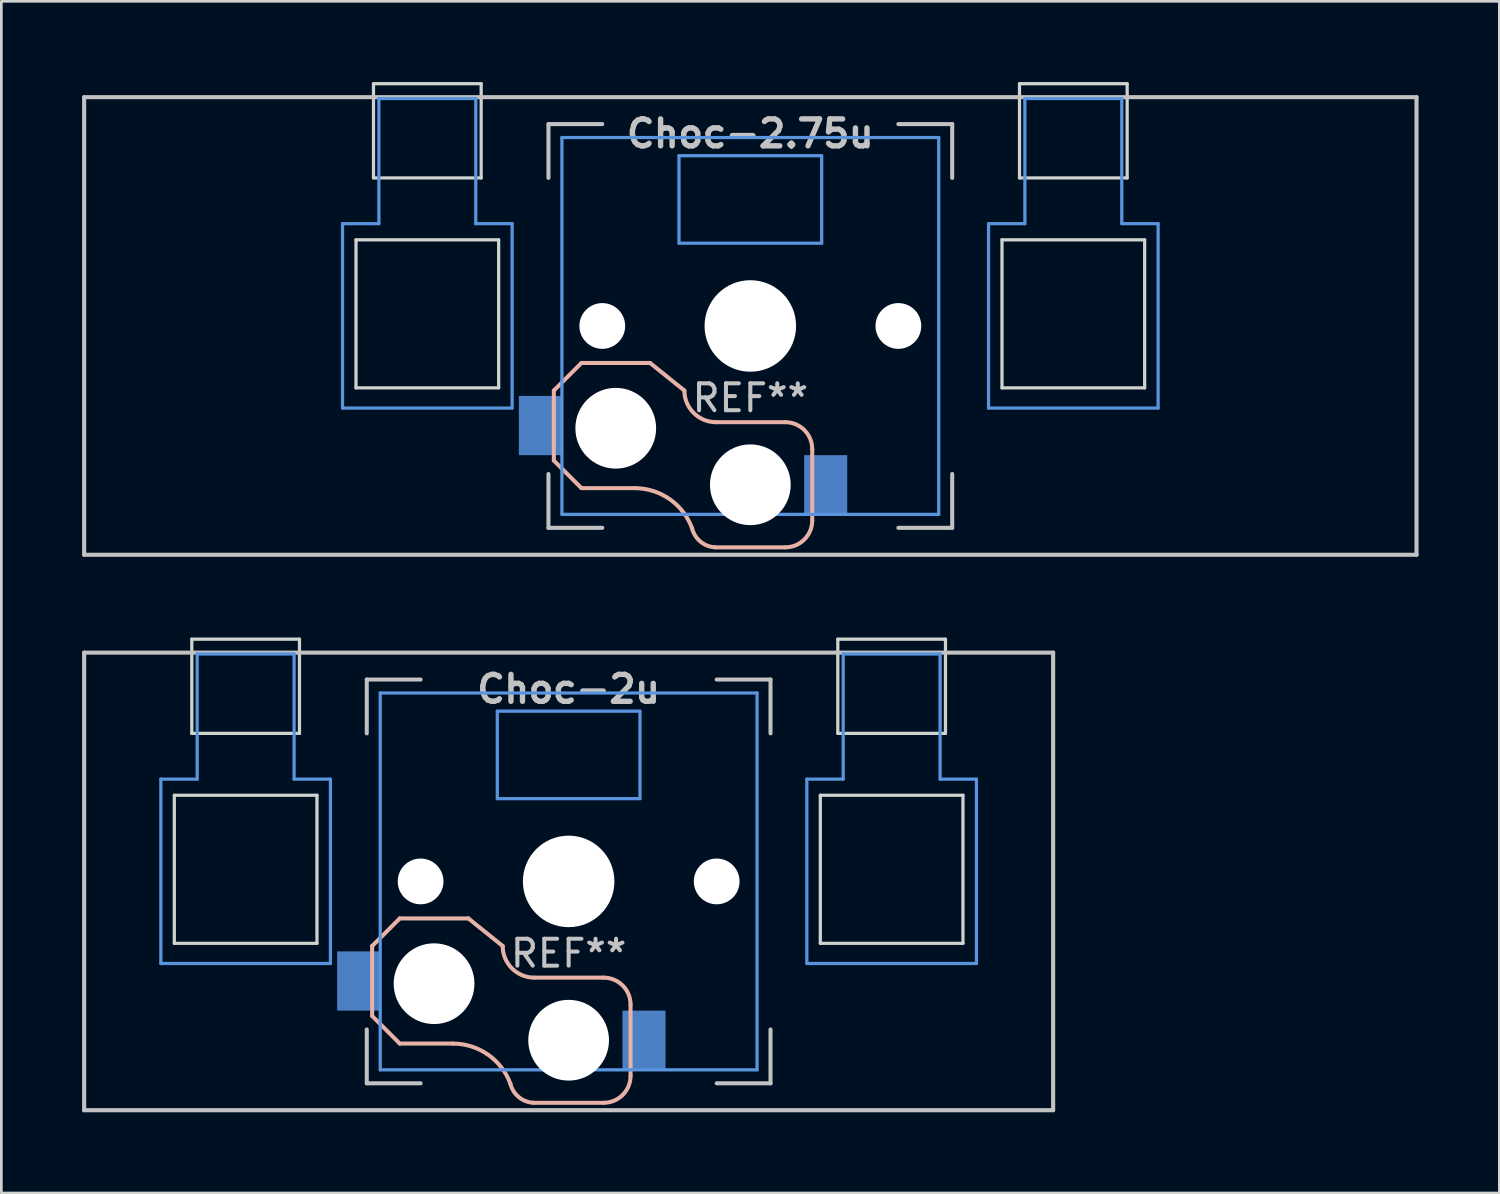
<source format=kicad_pcb>
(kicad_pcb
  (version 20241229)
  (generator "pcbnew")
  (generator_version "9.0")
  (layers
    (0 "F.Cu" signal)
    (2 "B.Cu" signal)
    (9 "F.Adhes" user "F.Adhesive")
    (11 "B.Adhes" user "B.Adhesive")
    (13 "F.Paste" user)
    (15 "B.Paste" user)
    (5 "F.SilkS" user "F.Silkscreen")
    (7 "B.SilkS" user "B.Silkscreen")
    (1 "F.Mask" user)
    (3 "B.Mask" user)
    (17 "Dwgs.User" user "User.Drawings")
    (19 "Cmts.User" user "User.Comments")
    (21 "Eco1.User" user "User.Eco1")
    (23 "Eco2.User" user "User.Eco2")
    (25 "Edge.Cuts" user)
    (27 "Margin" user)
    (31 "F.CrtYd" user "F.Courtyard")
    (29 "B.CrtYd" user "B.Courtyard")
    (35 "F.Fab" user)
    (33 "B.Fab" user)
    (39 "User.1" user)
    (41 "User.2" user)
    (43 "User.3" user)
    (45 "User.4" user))
  (footprint "Choc-2.75u"
    (layer "F.Cu")
    (at 24.826 9.06)
    (property "Reference" "Choc-2.75u" (at 0 -7.144 180) (layer "Dwgs.User") (effects (font (size 1 1) (thickness 0.2))))
    (attr smd)
    (fp_line (start -7.3 2.4) (end -7.3 5) (stroke (width 0.15) (type solid)) (layer "B.SilkS"))
    (fp_line (start -7.3 2.4) (end -6.275 1.375) (stroke (width 0.15) (type solid)) (layer "B.SilkS"))
    (fp_line (start -7.3 5) (end -6.275 6.025) (stroke (width 0.15) (type solid)) (layer "B.SilkS"))
    (fp_line (start -4.3 6.025) (end -6.275 6.025) (stroke (width 0.15) (type solid)) (layer "B.SilkS"))
    (fp_line (start -3.725 1.375) (end -6.275 1.375) (stroke (width 0.15) (type solid)) (layer "B.SilkS"))
    (fp_line (start -3.725 1.375) (end -2.45 2.4) (stroke (width 0.15) (type solid)) (layer "B.SilkS"))
    (fp_line (start 1.3 3.575) (end -1.275 3.575) (stroke (width 0.15) (type solid)) (layer "B.SilkS"))
    (fp_line (start 1.3 8.225) (end -1.3 8.225) (stroke (width 0.15) (type solid)) (layer "B.SilkS"))
    (fp_line (start 2.3 4.575) (end 2.3 7.225) (stroke (width 0.15) (type solid)) (layer "B.SilkS"))
    (fp_arc (start -4.3 6.025) (mid -2.995114 6.436429) (end -2.162199 7.521904) (stroke (width 0.15) (type solid)) (layer "B.SilkS"))
    (fp_arc (start -1.300995 8.223791) (mid -1.848284 8.016021) (end -2.162199 7.521904) (stroke (width 0.15) (type solid)) (layer "B.SilkS"))
    (fp_arc (start -1.275 3.575) (mid -2.10585 3.23085) (end -2.45 2.4) (stroke (width 0.15) (type solid)) (layer "B.SilkS"))
    (fp_arc (start 1.3 3.575) (mid 2.007107 3.867893) (end 2.3 4.575) (stroke (width 0.15) (type solid)) (layer "B.SilkS"))
    (fp_arc (start 2.3 7.225) (mid 2.007107 7.932107) (end 1.3 8.225) (stroke (width 0.15) (type solid)) (layer "B.SilkS"))
    (fp_line (start -24.75 -8.5) (end 24.75 -8.5) (stroke (width 0.152) (type solid)) (layer "Dwgs.User"))
    (fp_line (start -24.75 8.5) (end -24.75 -8.5) (stroke (width 0.152) (type solid)) (layer "Dwgs.User"))
    (fp_line (start -7.5 -7.5) (end -7.5 -5.5) (stroke (width 0.15) (type solid)) (layer "Dwgs.User"))
    (fp_line (start -7.5 7.5) (end -7.5 5.5) (stroke (width 0.15) (type solid)) (layer "Dwgs.User"))
    (fp_line (start -5.5 -7.5) (end -7.5 -7.5) (stroke (width 0.15) (type solid)) (layer "Dwgs.User"))
    (fp_line (start -5.5 7.5) (end -7.5 7.5) (stroke (width 0.15) (type solid)) (layer "Dwgs.User"))
    (fp_line (start 5.5 -7.5) (end 7.5 -7.5) (stroke (width 0.15) (type solid)) (layer "Dwgs.User"))
    (fp_line (start 5.5 7.5) (end 7.5 7.5) (stroke (width 0.15) (type solid)) (layer "Dwgs.User"))
    (fp_line (start 7.5 -7.5) (end 7.5 -5.5) (stroke (width 0.15) (type solid)) (layer "Dwgs.User"))
    (fp_line (start 7.5 7.5) (end 7.5 5.5) (stroke (width 0.15) (type solid)) (layer "Dwgs.User"))
    (fp_line (start 24.75 -8.5) (end 24.75 8.5) (stroke (width 0.152) (type solid)) (layer "Dwgs.User"))
    (fp_line (start 24.75 8.5) (end -24.75 8.5) (stroke (width 0.152) (type solid)) (layer "Dwgs.User"))
    (fp_line (start -15.15 -3.8) (end -13.8 -3.8) (stroke (width 0.12) (type solid)) (layer "Cmts.User"))
    (fp_line (start -15.15 3.05) (end -15.15 -3.8) (stroke (width 0.12) (type solid)) (layer "Cmts.User"))
    (fp_line (start -15.15 3.05) (end -8.85 3.05) (stroke (width 0.12) (type solid)) (layer "Cmts.User"))
    (fp_line (start -13.8 -8.45) (end -13.8 -3.8) (stroke (width 0.12) (type solid)) (layer "Cmts.User"))
    (fp_line (start -13.8 -8.45) (end -10.2 -8.45) (stroke (width 0.12) (type solid)) (layer "Cmts.User"))
    (fp_line (start -10.2 -8.45) (end -10.2 -3.8) (stroke (width 0.12) (type solid)) (layer "Cmts.User"))
    (fp_line (start -10.2 -3.8) (end -8.85 -3.8) (stroke (width 0.12) (type solid)) (layer "Cmts.User"))
    (fp_line (start -8.85 3.05) (end -8.85 -3.8) (stroke (width 0.12) (type solid)) (layer "Cmts.User"))
    (fp_line (start -7 -7) (end -7 7) (stroke (width 0.12) (type solid)) (layer "Cmts.User"))
    (fp_line (start -7 7) (end 7 7) (stroke (width 0.12) (type solid)) (layer "Cmts.User"))
    (fp_line (start -2.65 -6.325) (end 2.65 -6.325) (stroke (width 0.12) (type solid)) (layer "Cmts.User"))
    (fp_line (start -2.65 -3.075) (end -2.65 -6.325) (stroke (width 0.12) (type solid)) (layer "Cmts.User"))
    (fp_line (start 2.65 -6.325) (end 2.65 -3.075) (stroke (width 0.12) (type solid)) (layer "Cmts.User"))
    (fp_line (start 2.65 -3.075) (end -2.65 -3.075) (stroke (width 0.12) (type solid)) (layer "Cmts.User"))
    (fp_line (start 7 -7) (end -7 -7) (stroke (width 0.12) (type solid)) (layer "Cmts.User"))
    (fp_line (start 7 7) (end 7 -7) (stroke (width 0.12) (type solid)) (layer "Cmts.User"))
    (fp_line (start 8.85 -3.8) (end 10.2 -3.8) (stroke (width 0.12) (type solid)) (layer "Cmts.User"))
    (fp_line (start 8.85 3.05) (end 8.85 -3.8) (stroke (width 0.12) (type solid)) (layer "Cmts.User"))
    (fp_line (start 8.85 3.05) (end 15.15 3.05) (stroke (width 0.12) (type solid)) (layer "Cmts.User"))
    (fp_line (start 10.2 -8.45) (end 10.2 -3.8) (stroke (width 0.12) (type solid)) (layer "Cmts.User"))
    (fp_line (start 10.2 -8.45) (end 13.8 -8.45) (stroke (width 0.12) (type solid)) (layer "Cmts.User"))
    (fp_line (start 13.8 -8.45) (end 13.8 -3.8) (stroke (width 0.12) (type solid)) (layer "Cmts.User"))
    (fp_line (start 13.8 -3.8) (end 15.15 -3.8) (stroke (width 0.12) (type solid)) (layer "Cmts.User"))
    (fp_line (start 15.15 3.05) (end 15.15 -3.8) (stroke (width 0.12) (type solid)) (layer "Cmts.User"))
    (fp_line (start -14.65 -3.2) (end -14.65 2.3) (stroke (width 0.12) (type solid)) (layer "Edge.Cuts"))
    (fp_line (start -14.65 -3.2) (end -9.35 -3.2) (stroke (width 0.12) (type solid)) (layer "Edge.Cuts"))
    (fp_line (start -14.65 2.3) (end -9.35 2.3) (stroke (width 0.12) (type solid)) (layer "Edge.Cuts"))
    (fp_line (start -14 -9) (end -14 -5.5) (stroke (width 0.12) (type solid)) (layer "Edge.Cuts"))
    (fp_line (start -14 -9) (end -10 -9) (stroke (width 0.12) (type solid)) (layer "Edge.Cuts"))
    (fp_line (start -14 -5.5) (end -10 -5.5) (stroke (width 0.12) (type solid)) (layer "Edge.Cuts"))
    (fp_line (start -10 -5.5) (end -10 -9) (stroke (width 0.12) (type solid)) (layer "Edge.Cuts"))
    (fp_line (start -9.35 2.3) (end -9.35 -3.2) (stroke (width 0.12) (type solid)) (layer "Edge.Cuts"))
    (fp_line (start 9.35 -3.2) (end 9.35 2.3) (stroke (width 0.12) (type solid)) (layer "Edge.Cuts"))
    (fp_line (start 9.35 -3.2) (end 14.65 -3.2) (stroke (width 0.12) (type solid)) (layer "Edge.Cuts"))
    (fp_line (start 9.35 2.3) (end 14.65 2.3) (stroke (width 0.12) (type solid)) (layer "Edge.Cuts"))
    (fp_line (start 10 -9) (end 10 -5.5) (stroke (width 0.12) (type solid)) (layer "Edge.Cuts"))
    (fp_line (start 10 -9) (end 14 -9) (stroke (width 0.12) (type solid)) (layer "Edge.Cuts"))
    (fp_line (start 10 -5.5) (end 14 -5.5) (stroke (width 0.12) (type solid)) (layer "Edge.Cuts"))
    (fp_line (start 14 -5.5) (end 14 -9) (stroke (width 0.12) (type solid)) (layer "Edge.Cuts"))
    (fp_line (start 14.65 2.3) (end 14.65 -3.2) (stroke (width 0.12) (type solid)) (layer "Edge.Cuts"))
    (fp_text user "REF**" (at 0 2.675 0) (layer "Dwgs.User") (effects (font (size 1 1) (thickness 0.15))))
    (pad "" np_thru_hole circle (at -5.5 0 180) (size 1.7 1.7) (drill 1.7) (layers "*.Cu" "*.Mask"))
    (pad "" np_thru_hole circle (at -5 3.8 90) (size 3 3) (drill 3) (layers "*.Cu" "*.Mask"))
    (pad "" np_thru_hole circle (at 0 0 90) (size 3.4 3.4) (drill 3.4) (layers "*.Cu" "*.Mask"))
    (pad "" np_thru_hole circle (at 0 5.9 90) (size 3 3) (drill 3) (layers "*.Cu" "*.Mask"))
    (pad "" np_thru_hole circle (at 5.5 0 180) (size 1.7 1.7) (drill 1.7) (layers "*.Cu" "*.Mask"))
    (pad "1" smd rect (at -7.8 3.7 180) (size 1.6 2.2) (layers "B.Cu" "B.Mask" "B.Paste"))
    (pad "2" smd rect (at 2.8 5.9 180) (size 1.6 2.2) (layers "B.Cu" "B.Mask" "B.Paste")))
  (footprint "Choc-2u"
    (layer "F.Cu")
    (at 18.076 29.696)
    (property "Reference" "Choc-2u" (at 0 -7.144 180) (layer "Dwgs.User") (effects (font (size 1 1) (thickness 0.2))))
    (attr smd)
    (fp_line (start -7.3 2.4) (end -7.3 5) (stroke (width 0.15) (type solid)) (layer "B.SilkS"))
    (fp_line (start -7.3 2.4) (end -6.275 1.375) (stroke (width 0.15) (type solid)) (layer "B.SilkS"))
    (fp_line (start -7.3 5) (end -6.275 6.025) (stroke (width 0.15) (type solid)) (layer "B.SilkS"))
    (fp_line (start -4.3 6.025) (end -6.275 6.025) (stroke (width 0.15) (type solid)) (layer "B.SilkS"))
    (fp_line (start -3.725 1.375) (end -6.275 1.375) (stroke (width 0.15) (type solid)) (layer "B.SilkS"))
    (fp_line (start -3.725 1.375) (end -2.45 2.4) (stroke (width 0.15) (type solid)) (layer "B.SilkS"))
    (fp_line (start 1.3 3.575) (end -1.275 3.575) (stroke (width 0.15) (type solid)) (layer "B.SilkS"))
    (fp_line (start 1.3 8.225) (end -1.3 8.225) (stroke (width 0.15) (type solid)) (layer "B.SilkS"))
    (fp_line (start 2.3 4.575) (end 2.3 7.225) (stroke (width 0.15) (type solid)) (layer "B.SilkS"))
    (fp_arc (start -4.3 6.025) (mid -2.995114 6.436429) (end -2.162199 7.521904) (stroke (width 0.15) (type solid)) (layer "B.SilkS"))
    (fp_arc (start -1.300995 8.223791) (mid -1.848284 8.016021) (end -2.162199 7.521904) (stroke (width 0.15) (type solid)) (layer "B.SilkS"))
    (fp_arc (start -1.275 3.575) (mid -2.10585 3.23085) (end -2.45 2.4) (stroke (width 0.15) (type solid)) (layer "B.SilkS"))
    (fp_arc (start 1.3 3.575) (mid 2.007107 3.867893) (end 2.3 4.575) (stroke (width 0.15) (type solid)) (layer "B.SilkS"))
    (fp_arc (start 2.3 7.225) (mid 2.007107 7.932107) (end 1.3 8.225) (stroke (width 0.15) (type solid)) (layer "B.SilkS"))
    (fp_line (start -18 -8.5) (end 18 -8.5) (stroke (width 0.152) (type solid)) (layer "Dwgs.User"))
    (fp_line (start -18 8.5) (end -18 -8.5) (stroke (width 0.152) (type solid)) (layer "Dwgs.User"))
    (fp_line (start -7.5 -7.5) (end -7.5 -5.5) (stroke (width 0.15) (type solid)) (layer "Dwgs.User"))
    (fp_line (start -7.5 7.5) (end -7.5 5.5) (stroke (width 0.15) (type solid)) (layer "Dwgs.User"))
    (fp_line (start -5.5 -7.5) (end -7.5 -7.5) (stroke (width 0.15) (type solid)) (layer "Dwgs.User"))
    (fp_line (start -5.5 7.5) (end -7.5 7.5) (stroke (width 0.15) (type solid)) (layer "Dwgs.User"))
    (fp_line (start 5.5 -7.5) (end 7.5 -7.5) (stroke (width 0.15) (type solid)) (layer "Dwgs.User"))
    (fp_line (start 5.5 7.5) (end 7.5 7.5) (stroke (width 0.15) (type solid)) (layer "Dwgs.User"))
    (fp_line (start 7.5 -7.5) (end 7.5 -5.5) (stroke (width 0.15) (type solid)) (layer "Dwgs.User"))
    (fp_line (start 7.5 7.5) (end 7.5 5.5) (stroke (width 0.15) (type solid)) (layer "Dwgs.User"))
    (fp_line (start 18 -8.5) (end 18 8.5) (stroke (width 0.152) (type solid)) (layer "Dwgs.User"))
    (fp_line (start 18 8.5) (end -18 8.5) (stroke (width 0.152) (type solid)) (layer "Dwgs.User"))
    (fp_line (start -15.15 -3.8) (end -13.8 -3.8) (stroke (width 0.12) (type solid)) (layer "Cmts.User"))
    (fp_line (start -15.15 3.05) (end -15.15 -3.8) (stroke (width 0.12) (type solid)) (layer "Cmts.User"))
    (fp_line (start -15.15 3.05) (end -8.85 3.05) (stroke (width 0.12) (type solid)) (layer "Cmts.User"))
    (fp_line (start -13.8 -8.45) (end -13.8 -3.8) (stroke (width 0.12) (type solid)) (layer "Cmts.User"))
    (fp_line (start -13.8 -8.45) (end -10.2 -8.45) (stroke (width 0.12) (type solid)) (layer "Cmts.User"))
    (fp_line (start -10.2 -8.45) (end -10.2 -3.8) (stroke (width 0.12) (type solid)) (layer "Cmts.User"))
    (fp_line (start -10.2 -3.8) (end -8.85 -3.8) (stroke (width 0.12) (type solid)) (layer "Cmts.User"))
    (fp_line (start -8.85 3.05) (end -8.85 -3.8) (stroke (width 0.12) (type solid)) (layer "Cmts.User"))
    (fp_line (start -7 -7) (end -7 7) (stroke (width 0.12) (type solid)) (layer "Cmts.User"))
    (fp_line (start -7 7) (end 7 7) (stroke (width 0.12) (type solid)) (layer "Cmts.User"))
    (fp_line (start -2.65 -6.325) (end 2.65 -6.325) (stroke (width 0.12) (type solid)) (layer "Cmts.User"))
    (fp_line (start -2.65 -3.075) (end -2.65 -6.325) (stroke (width 0.12) (type solid)) (layer "Cmts.User"))
    (fp_line (start 2.65 -6.325) (end 2.65 -3.075) (stroke (width 0.12) (type solid)) (layer "Cmts.User"))
    (fp_line (start 2.65 -3.075) (end -2.65 -3.075) (stroke (width 0.12) (type solid)) (layer "Cmts.User"))
    (fp_line (start 7 -7) (end -7 -7) (stroke (width 0.12) (type solid)) (layer "Cmts.User"))
    (fp_line (start 7 7) (end 7 -7) (stroke (width 0.12) (type solid)) (layer "Cmts.User"))
    (fp_line (start 8.85 -3.8) (end 10.2 -3.8) (stroke (width 0.12) (type solid)) (layer "Cmts.User"))
    (fp_line (start 8.85 3.05) (end 8.85 -3.8) (stroke (width 0.12) (type solid)) (layer "Cmts.User"))
    (fp_line (start 8.85 3.05) (end 15.15 3.05) (stroke (width 0.12) (type solid)) (layer "Cmts.User"))
    (fp_line (start 10.2 -8.45) (end 10.2 -3.8) (stroke (width 0.12) (type solid)) (layer "Cmts.User"))
    (fp_line (start 10.2 -8.45) (end 13.8 -8.45) (stroke (width 0.12) (type solid)) (layer "Cmts.User"))
    (fp_line (start 13.8 -8.45) (end 13.8 -3.8) (stroke (width 0.12) (type solid)) (layer "Cmts.User"))
    (fp_line (start 13.8 -3.8) (end 15.15 -3.8) (stroke (width 0.12) (type solid)) (layer "Cmts.User"))
    (fp_line (start 15.15 3.05) (end 15.15 -3.8) (stroke (width 0.12) (type solid)) (layer "Cmts.User"))
    (fp_line (start -14.65 -3.2) (end -14.65 2.3) (stroke (width 0.12) (type solid)) (layer "Edge.Cuts"))
    (fp_line (start -14.65 -3.2) (end -9.35 -3.2) (stroke (width 0.12) (type solid)) (layer "Edge.Cuts"))
    (fp_line (start -14.65 2.3) (end -9.35 2.3) (stroke (width 0.12) (type solid)) (layer "Edge.Cuts"))
    (fp_line (start -14 -9) (end -14 -5.5) (stroke (width 0.12) (type solid)) (layer "Edge.Cuts"))
    (fp_line (start -14 -9) (end -10 -9) (stroke (width 0.12) (type solid)) (layer "Edge.Cuts"))
    (fp_line (start -14 -5.5) (end -10 -5.5) (stroke (width 0.12) (type solid)) (layer "Edge.Cuts"))
    (fp_line (start -10 -5.5) (end -10 -9) (stroke (width 0.12) (type solid)) (layer "Edge.Cuts"))
    (fp_line (start -9.35 2.3) (end -9.35 -3.2) (stroke (width 0.12) (type solid)) (layer "Edge.Cuts"))
    (fp_line (start 9.35 -3.2) (end 9.35 2.3) (stroke (width 0.12) (type solid)) (layer "Edge.Cuts"))
    (fp_line (start 9.35 -3.2) (end 14.65 -3.2) (stroke (width 0.12) (type solid)) (layer "Edge.Cuts"))
    (fp_line (start 9.35 2.3) (end 14.65 2.3) (stroke (width 0.12) (type solid)) (layer "Edge.Cuts"))
    (fp_line (start 10 -9) (end 10 -5.5) (stroke (width 0.12) (type solid)) (layer "Edge.Cuts"))
    (fp_line (start 10 -9) (end 14 -9) (stroke (width 0.12) (type solid)) (layer "Edge.Cuts"))
    (fp_line (start 10 -5.5) (end 14 -5.5) (stroke (width 0.12) (type solid)) (layer "Edge.Cuts"))
    (fp_line (start 14 -5.5) (end 14 -9) (stroke (width 0.12) (type solid)) (layer "Edge.Cuts"))
    (fp_line (start 14.65 2.3) (end 14.65 -3.2) (stroke (width 0.12) (type solid)) (layer "Edge.Cuts"))
    (fp_text user "REF**" (at 0 2.675 0) (layer "Dwgs.User") (effects (font (size 1 1) (thickness 0.15))))
    (pad "" np_thru_hole circle (at -5.5 0 180) (size 1.7 1.7) (drill 1.7) (layers "*.Cu" "*.Mask"))
    (pad "" np_thru_hole circle (at -5 3.8 90) (size 3 3) (drill 3) (layers "*.Cu" "*.Mask"))
    (pad "" np_thru_hole circle (at 0 0 90) (size 3.4 3.4) (drill 3.4) (layers "*.Cu" "*.Mask"))
    (pad "" np_thru_hole circle (at 0 5.9 90) (size 3 3) (drill 3) (layers "*.Cu" "*.Mask"))
    (pad "" np_thru_hole circle (at 5.5 0 180) (size 1.7 1.7) (drill 1.7) (layers "*.Cu" "*.Mask"))
    (pad "1" smd rect (at -7.8 3.7 180) (size 1.6 2.2) (layers "B.Cu" "B.Mask" "B.Paste"))
    (pad "2" smd rect (at 2.8 5.9 180) (size 1.6 2.2) (layers "B.Cu" "B.Mask" "B.Paste")))
  (gr_rect
    (start -3 -3)
    (end 52.652 41.272)
    (stroke (width 0.1) (type default))
    (fill no)
    (layer "Edge.Cuts")))
</source>
